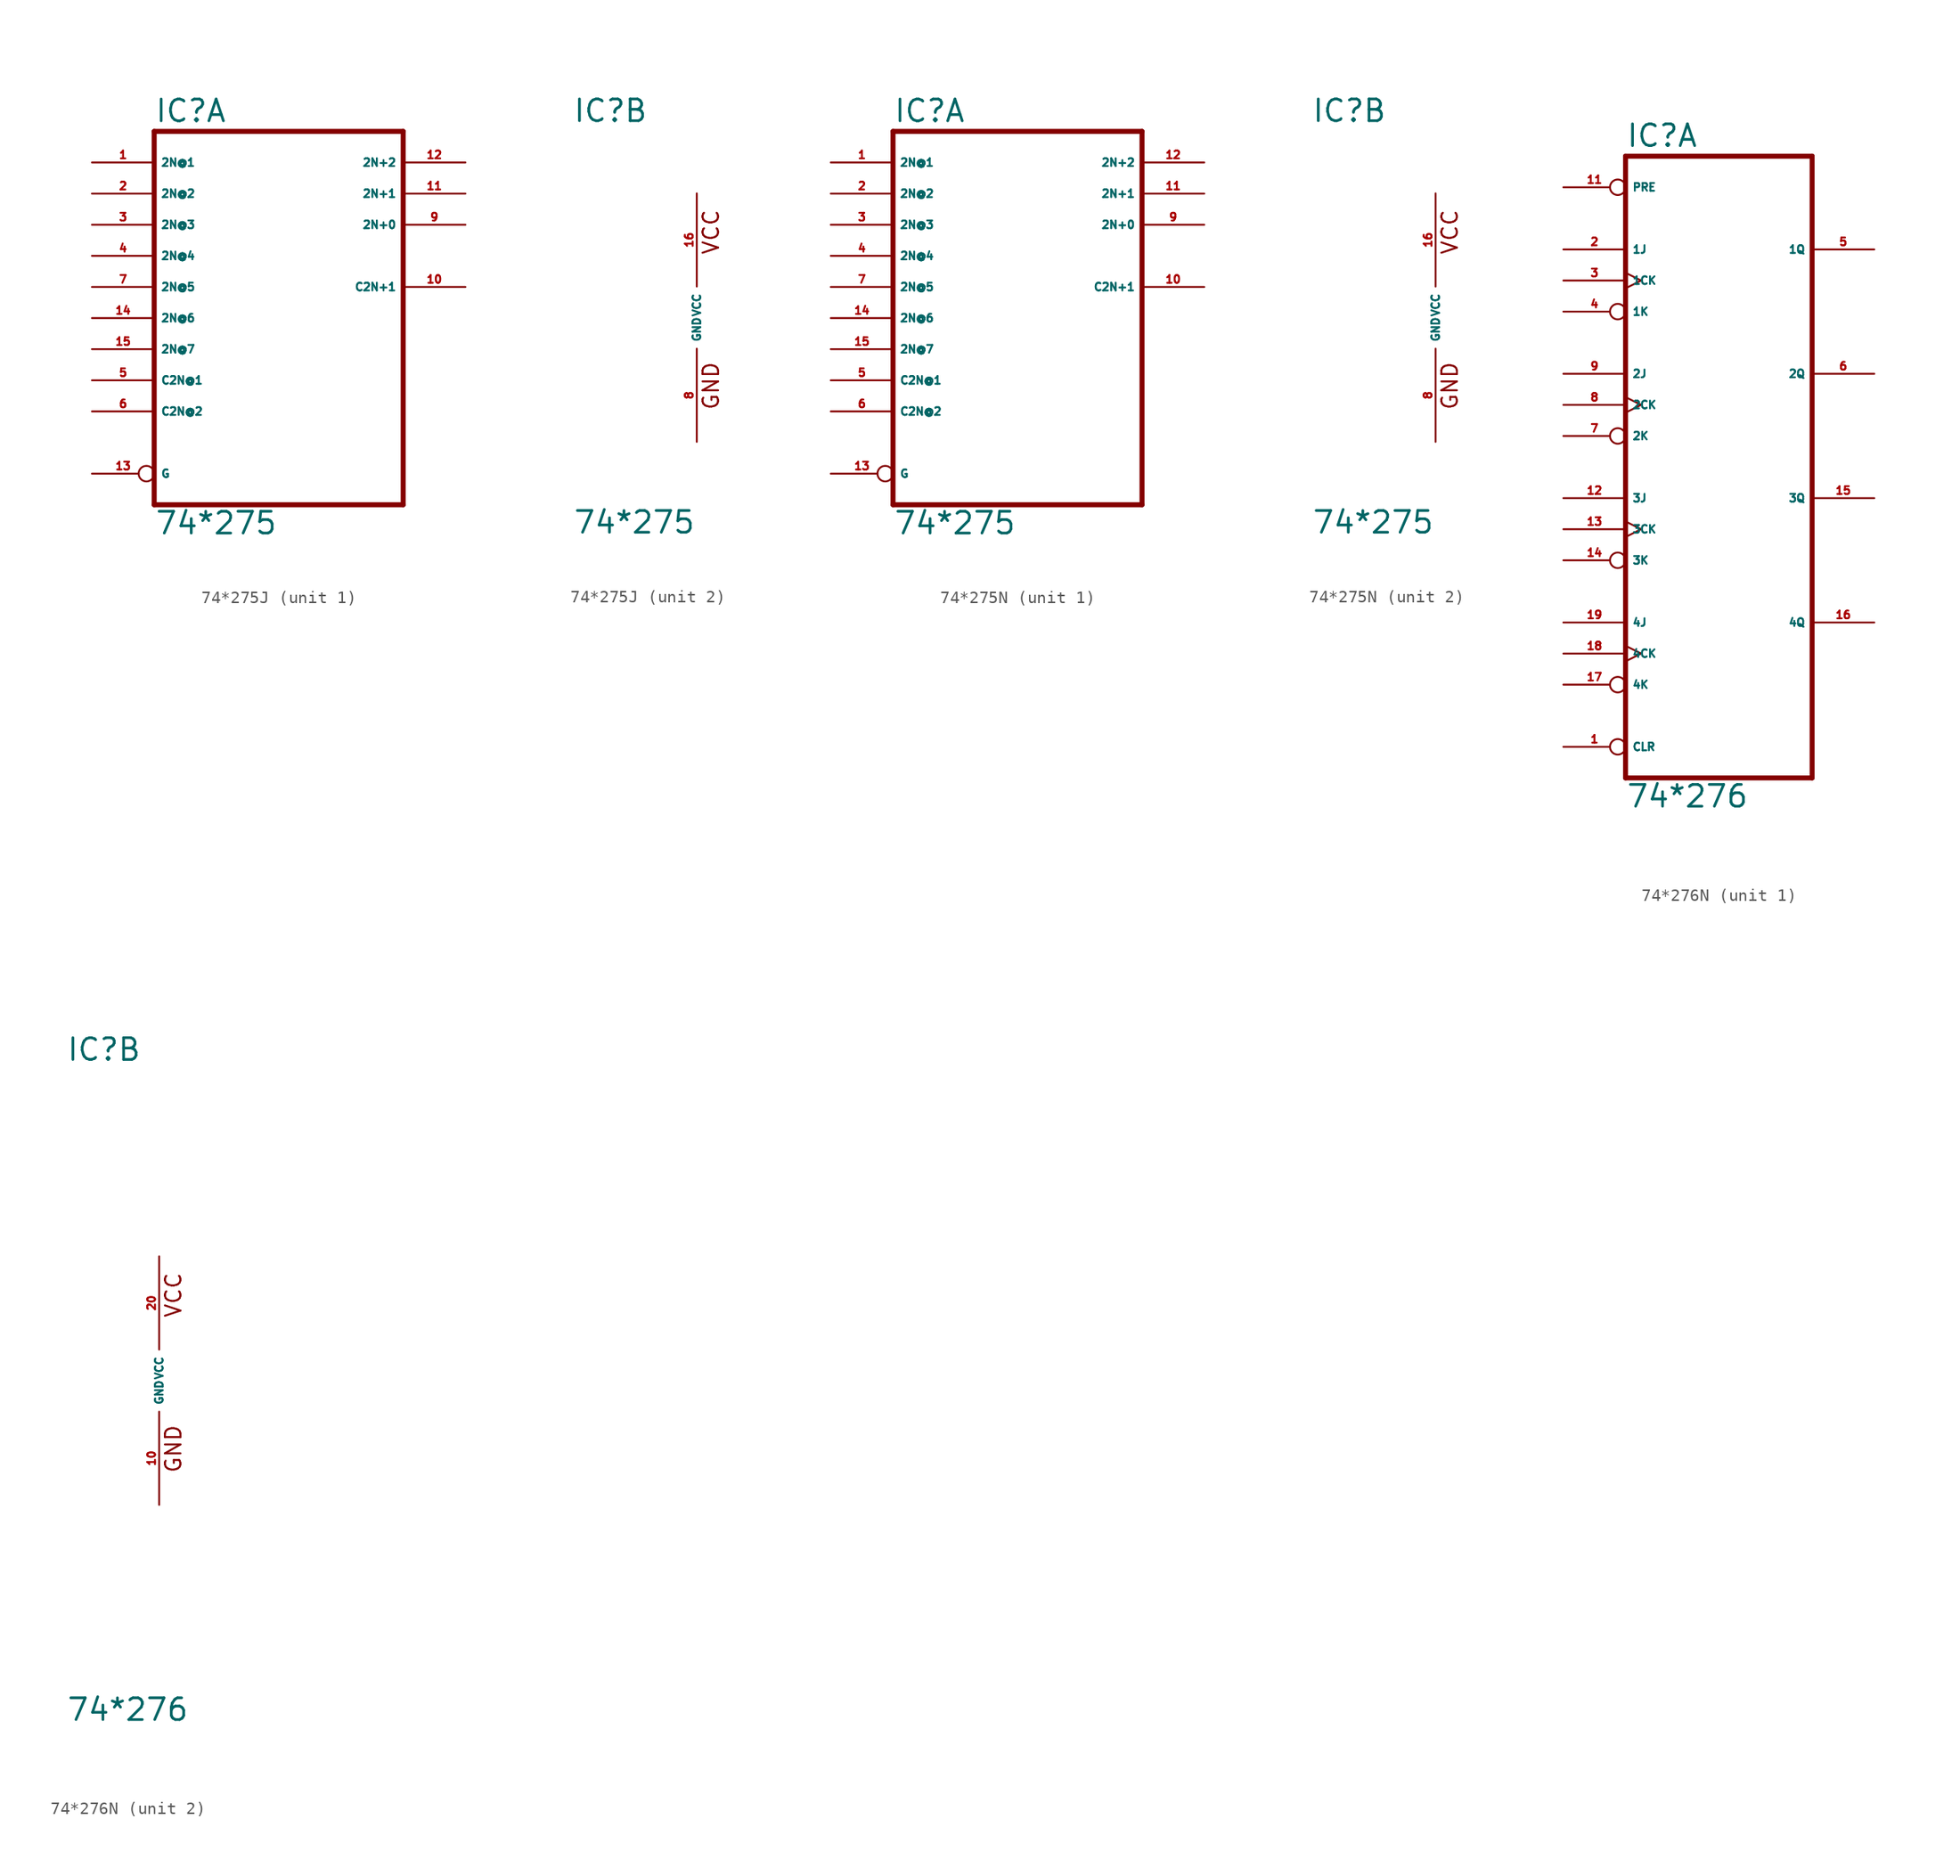
<source format=kicad_sym>
(kicad_symbol_lib
  (version 20220914)
  (generator Eagle2Kicad)
  (symbol "74*275J"
    (property "Reference" "IC"
      (at -10.16 15.875 0)
      (effects (font (size 1.778 1.778) (thickness 0.22)) (justify left bottom)))
    (property "Value" "74*275"
      (at -10.16 -17.78 0)
      (effects (font (size 1.778 1.778) (thickness 0.22)) (justify left bottom)))
    (symbol "74*275J_1_0"
      (polyline (pts (xy -10.16 -15.24) (xy 10.16 -15.24)) (stroke (width 0.406) (type default)) (fill (type none)))
      (polyline (pts (xy 10.16 -15.24) (xy 10.16 15.24)) (stroke (width 0.406) (type default)) (fill (type none)))
      (polyline (pts (xy 10.16 15.24) (xy -10.16 15.24)) (stroke (width 0.406) (type default)) (fill (type none)))
      (polyline (pts (xy -10.16 15.24) (xy -10.16 -15.24)) (stroke (width 0.406) (type default)) (fill (type none)))
      (pin input line (at -15.24 12.7 0) (length 5.08) (name "2N@1" (effects (font (size 0.635 0.635) (thickness 0.08)) (justify left bottom))) (number "1" (effects (font (size 0.635 0.635) (thickness 0.08)) (justify left bottom))))
      (pin input line (at -15.24 10.16 0) (length 5.08) (name "2N@2" (effects (font (size 0.635 0.635) (thickness 0.08)) (justify left bottom))) (number "2" (effects (font (size 0.635 0.635) (thickness 0.08)) (justify left bottom))))
      (pin input line (at -15.24 7.62 0) (length 5.08) (name "2N@3" (effects (font (size 0.635 0.635) (thickness 0.08)) (justify left bottom))) (number "3" (effects (font (size 0.635 0.635) (thickness 0.08)) (justify left bottom))))
      (pin input line (at -15.24 5.08 0) (length 5.08) (name "2N@4" (effects (font (size 0.635 0.635) (thickness 0.08)) (justify left bottom))) (number "4" (effects (font (size 0.635 0.635) (thickness 0.08)) (justify left bottom))))
      (pin input line (at -15.24 -5.08 0) (length 5.08) (name "C2N@1" (effects (font (size 0.635 0.635) (thickness 0.08)) (justify left bottom))) (number "5" (effects (font (size 0.635 0.635) (thickness 0.08)) (justify left bottom))))
      (pin input line (at -15.24 -7.62 0) (length 5.08) (name "C2N@2" (effects (font (size 0.635 0.635) (thickness 0.08)) (justify left bottom))) (number "6" (effects (font (size 0.635 0.635) (thickness 0.08)) (justify left bottom))))
      (pin input line (at -15.24 2.54 0) (length 5.08) (name "2N@5" (effects (font (size 0.635 0.635) (thickness 0.08)) (justify left bottom))) (number "7" (effects (font (size 0.635 0.635) (thickness 0.08)) (justify left bottom))))
      (pin tri_state line (at 15.24 7.62 180) (length 5.08) (name "2N+0" (effects (font (size 0.635 0.635) (thickness 0.08)) (justify left bottom))) (number "9" (effects (font (size 0.635 0.635) (thickness 0.08)) (justify left bottom))))
      (pin tri_state line (at 15.24 2.54 180) (length 5.08) (name "C2N+1" (effects (font (size 0.635 0.635) (thickness 0.08)) (justify left bottom))) (number "10" (effects (font (size 0.635 0.635) (thickness 0.08)) (justify left bottom))))
      (pin tri_state line (at 15.24 10.16 180) (length 5.08) (name "2N+1" (effects (font (size 0.635 0.635) (thickness 0.08)) (justify left bottom))) (number "11" (effects (font (size 0.635 0.635) (thickness 0.08)) (justify left bottom))))
      (pin tri_state line (at 15.24 12.7 180) (length 5.08) (name "2N+2" (effects (font (size 0.635 0.635) (thickness 0.08)) (justify left bottom))) (number "12" (effects (font (size 0.635 0.635) (thickness 0.08)) (justify left bottom))))
      (pin input inverted (at -15.24 -12.7 0) (length 5.08) (name "G" (effects (font (size 0.635 0.635) (thickness 0.08)) (justify left bottom))) (number "13" (effects (font (size 0.635 0.635) (thickness 0.08)) (justify left bottom))))
      (pin input line (at -15.24 0 0) (length 5.08) (name "2N@6" (effects (font (size 0.635 0.635) (thickness 0.08)) (justify left bottom))) (number "14" (effects (font (size 0.635 0.635) (thickness 0.08)) (justify left bottom))))
      (pin input line (at -15.24 -2.54 0) (length 5.08) (name "2N@7" (effects (font (size 0.635 0.635) (thickness 0.08)) (justify left bottom))) (number "15" (effects (font (size 0.635 0.635) (thickness 0.08)) (justify left bottom)))))
    (symbol "74*275J_2_0"
      (text "GND" (at 1.905 -7.62 900) (effects (font (size 1.27 1.27) (thickness 0.16)) (justify left bottom)))
      (text "VCC" (at 1.905 5.08 900) (effects (font (size 1.27 1.27) (thickness 0.16)) (justify left bottom)))
      (pin unspecified line (at 0 -10.16 90) (length 7.62) (name "GND" (effects (font (size 0.635 0.635) (thickness 0.08)) (justify left bottom))) (number "8" (effects (font (size 0.635 0.635) (thickness 0.08)) (justify left bottom))))
      (pin unspecified line (at 0 10.16 270) (length 7.62) (name "VCC" (effects (font (size 0.635 0.635) (thickness 0.08)) (justify left bottom))) (number "16" (effects (font (size 0.635 0.635) (thickness 0.08)) (justify left bottom))))))
  (symbol "74*275N"
    (property "Reference" "IC"
      (at -10.16 15.875 0)
      (effects (font (size 1.778 1.778) (thickness 0.22)) (justify left bottom)))
    (property "Value" "74*275"
      (at -10.16 -17.78 0)
      (effects (font (size 1.778 1.778) (thickness 0.22)) (justify left bottom)))
    (symbol "74*275N_1_0"
      (polyline (pts (xy -10.16 -15.24) (xy 10.16 -15.24)) (stroke (width 0.406) (type default)) (fill (type none)))
      (polyline (pts (xy 10.16 -15.24) (xy 10.16 15.24)) (stroke (width 0.406) (type default)) (fill (type none)))
      (polyline (pts (xy 10.16 15.24) (xy -10.16 15.24)) (stroke (width 0.406) (type default)) (fill (type none)))
      (polyline (pts (xy -10.16 15.24) (xy -10.16 -15.24)) (stroke (width 0.406) (type default)) (fill (type none)))
      (pin input line (at -15.24 12.7 0) (length 5.08) (name "2N@1" (effects (font (size 0.635 0.635) (thickness 0.08)) (justify left bottom))) (number "1" (effects (font (size 0.635 0.635) (thickness 0.08)) (justify left bottom))))
      (pin input line (at -15.24 10.16 0) (length 5.08) (name "2N@2" (effects (font (size 0.635 0.635) (thickness 0.08)) (justify left bottom))) (number "2" (effects (font (size 0.635 0.635) (thickness 0.08)) (justify left bottom))))
      (pin input line (at -15.24 7.62 0) (length 5.08) (name "2N@3" (effects (font (size 0.635 0.635) (thickness 0.08)) (justify left bottom))) (number "3" (effects (font (size 0.635 0.635) (thickness 0.08)) (justify left bottom))))
      (pin input line (at -15.24 5.08 0) (length 5.08) (name "2N@4" (effects (font (size 0.635 0.635) (thickness 0.08)) (justify left bottom))) (number "4" (effects (font (size 0.635 0.635) (thickness 0.08)) (justify left bottom))))
      (pin input line (at -15.24 -5.08 0) (length 5.08) (name "C2N@1" (effects (font (size 0.635 0.635) (thickness 0.08)) (justify left bottom))) (number "5" (effects (font (size 0.635 0.635) (thickness 0.08)) (justify left bottom))))
      (pin input line (at -15.24 -7.62 0) (length 5.08) (name "C2N@2" (effects (font (size 0.635 0.635) (thickness 0.08)) (justify left bottom))) (number "6" (effects (font (size 0.635 0.635) (thickness 0.08)) (justify left bottom))))
      (pin input line (at -15.24 2.54 0) (length 5.08) (name "2N@5" (effects (font (size 0.635 0.635) (thickness 0.08)) (justify left bottom))) (number "7" (effects (font (size 0.635 0.635) (thickness 0.08)) (justify left bottom))))
      (pin tri_state line (at 15.24 7.62 180) (length 5.08) (name "2N+0" (effects (font (size 0.635 0.635) (thickness 0.08)) (justify left bottom))) (number "9" (effects (font (size 0.635 0.635) (thickness 0.08)) (justify left bottom))))
      (pin tri_state line (at 15.24 2.54 180) (length 5.08) (name "C2N+1" (effects (font (size 0.635 0.635) (thickness 0.08)) (justify left bottom))) (number "10" (effects (font (size 0.635 0.635) (thickness 0.08)) (justify left bottom))))
      (pin tri_state line (at 15.24 10.16 180) (length 5.08) (name "2N+1" (effects (font (size 0.635 0.635) (thickness 0.08)) (justify left bottom))) (number "11" (effects (font (size 0.635 0.635) (thickness 0.08)) (justify left bottom))))
      (pin tri_state line (at 15.24 12.7 180) (length 5.08) (name "2N+2" (effects (font (size 0.635 0.635) (thickness 0.08)) (justify left bottom))) (number "12" (effects (font (size 0.635 0.635) (thickness 0.08)) (justify left bottom))))
      (pin input inverted (at -15.24 -12.7 0) (length 5.08) (name "G" (effects (font (size 0.635 0.635) (thickness 0.08)) (justify left bottom))) (number "13" (effects (font (size 0.635 0.635) (thickness 0.08)) (justify left bottom))))
      (pin input line (at -15.24 0 0) (length 5.08) (name "2N@6" (effects (font (size 0.635 0.635) (thickness 0.08)) (justify left bottom))) (number "14" (effects (font (size 0.635 0.635) (thickness 0.08)) (justify left bottom))))
      (pin input line (at -15.24 -2.54 0) (length 5.08) (name "2N@7" (effects (font (size 0.635 0.635) (thickness 0.08)) (justify left bottom))) (number "15" (effects (font (size 0.635 0.635) (thickness 0.08)) (justify left bottom)))))
    (symbol "74*275N_2_0"
      (text "GND" (at 1.905 -7.62 900) (effects (font (size 1.27 1.27) (thickness 0.16)) (justify left bottom)))
      (text "VCC" (at 1.905 5.08 900) (effects (font (size 1.27 1.27) (thickness 0.16)) (justify left bottom)))
      (pin unspecified line (at 0 -10.16 90) (length 7.62) (name "GND" (effects (font (size 0.635 0.635) (thickness 0.08)) (justify left bottom))) (number "8" (effects (font (size 0.635 0.635) (thickness 0.08)) (justify left bottom))))
      (pin unspecified line (at 0 10.16 270) (length 7.62) (name "VCC" (effects (font (size 0.635 0.635) (thickness 0.08)) (justify left bottom))) (number "16" (effects (font (size 0.635 0.635) (thickness 0.08)) (justify left bottom))))))
  (symbol "74*276N"
    (property "Reference" "IC"
      (at -7.62 26.035 0)
      (effects (font (size 1.778 1.778) (thickness 0.22)) (justify left bottom)))
    (property "Value" "74*276"
      (at -7.62 -27.94 0)
      (effects (font (size 1.778 1.778) (thickness 0.22)) (justify left bottom)))
    (symbol "74*276N_1_0"
      (polyline (pts (xy -7.62 -25.4) (xy 7.62 -25.4)) (stroke (width 0.406) (type default)) (fill (type none)))
      (polyline (pts (xy 7.62 -25.4) (xy 7.62 25.4)) (stroke (width 0.406) (type default)) (fill (type none)))
      (polyline (pts (xy 7.62 25.4) (xy -7.62 25.4)) (stroke (width 0.406) (type default)) (fill (type none)))
      (polyline (pts (xy -7.62 25.4) (xy -7.62 -25.4)) (stroke (width 0.406) (type default)) (fill (type none)))
      (pin input inverted (at -12.7 -22.86 0) (length 5.08) (name "CLR" (effects (font (size 0.635 0.635) (thickness 0.08)) (justify left bottom))) (number "1" (effects (font (size 0.635 0.635) (thickness 0.08)) (justify left bottom))))
      (pin input line (at -12.7 17.78 0) (length 5.08) (name "1J" (effects (font (size 0.635 0.635) (thickness 0.08)) (justify left bottom))) (number "2" (effects (font (size 0.635 0.635) (thickness 0.08)) (justify left bottom))))
      (pin input clock (at -12.7 15.24 0) (length 5.08) (name "1CK" (effects (font (size 0.635 0.635) (thickness 0.08)) (justify left bottom))) (number "3" (effects (font (size 0.635 0.635) (thickness 0.08)) (justify left bottom))))
      (pin input inverted (at -12.7 12.7 0) (length 5.08) (name "1K" (effects (font (size 0.635 0.635) (thickness 0.08)) (justify left bottom))) (number "4" (effects (font (size 0.635 0.635) (thickness 0.08)) (justify left bottom))))
      (pin output line (at 12.7 17.78 180) (length 5.08) (name "1Q" (effects (font (size 0.635 0.635) (thickness 0.08)) (justify left bottom))) (number "5" (effects (font (size 0.635 0.635) (thickness 0.08)) (justify left bottom))))
      (pin output line (at 12.7 7.62 180) (length 5.08) (name "2Q" (effects (font (size 0.635 0.635) (thickness 0.08)) (justify left bottom))) (number "6" (effects (font (size 0.635 0.635) (thickness 0.08)) (justify left bottom))))
      (pin input inverted (at -12.7 2.54 0) (length 5.08) (name "2K" (effects (font (size 0.635 0.635) (thickness 0.08)) (justify left bottom))) (number "7" (effects (font (size 0.635 0.635) (thickness 0.08)) (justify left bottom))))
      (pin input clock (at -12.7 5.08 0) (length 5.08) (name "2CK" (effects (font (size 0.635 0.635) (thickness 0.08)) (justify left bottom))) (number "8" (effects (font (size 0.635 0.635) (thickness 0.08)) (justify left bottom))))
      (pin input line (at -12.7 7.62 0) (length 5.08) (name "2J" (effects (font (size 0.635 0.635) (thickness 0.08)) (justify left bottom))) (number "9" (effects (font (size 0.635 0.635) (thickness 0.08)) (justify left bottom))))
      (pin input inverted (at -12.7 22.86 0) (length 5.08) (name "PRE" (effects (font (size 0.635 0.635) (thickness 0.08)) (justify left bottom))) (number "11" (effects (font (size 0.635 0.635) (thickness 0.08)) (justify left bottom))))
      (pin input line (at -12.7 -2.54 0) (length 5.08) (name "3J" (effects (font (size 0.635 0.635) (thickness 0.08)) (justify left bottom))) (number "12" (effects (font (size 0.635 0.635) (thickness 0.08)) (justify left bottom))))
      (pin input clock (at -12.7 -5.08 0) (length 5.08) (name "3CK" (effects (font (size 0.635 0.635) (thickness 0.08)) (justify left bottom))) (number "13" (effects (font (size 0.635 0.635) (thickness 0.08)) (justify left bottom))))
      (pin input inverted (at -12.7 -7.62 0) (length 5.08) (name "3K" (effects (font (size 0.635 0.635) (thickness 0.08)) (justify left bottom))) (number "14" (effects (font (size 0.635 0.635) (thickness 0.08)) (justify left bottom))))
      (pin output line (at 12.7 -2.54 180) (length 5.08) (name "3Q" (effects (font (size 0.635 0.635) (thickness 0.08)) (justify left bottom))) (number "15" (effects (font (size 0.635 0.635) (thickness 0.08)) (justify left bottom))))
      (pin output line (at 12.7 -12.7 180) (length 5.08) (name "4Q" (effects (font (size 0.635 0.635) (thickness 0.08)) (justify left bottom))) (number "16" (effects (font (size 0.635 0.635) (thickness 0.08)) (justify left bottom))))
      (pin input inverted (at -12.7 -17.78 0) (length 5.08) (name "4K" (effects (font (size 0.635 0.635) (thickness 0.08)) (justify left bottom))) (number "17" (effects (font (size 0.635 0.635) (thickness 0.08)) (justify left bottom))))
      (pin input clock (at -12.7 -15.24 0) (length 5.08) (name "4CK" (effects (font (size 0.635 0.635) (thickness 0.08)) (justify left bottom))) (number "18" (effects (font (size 0.635 0.635) (thickness 0.08)) (justify left bottom))))
      (pin input line (at -12.7 -12.7 0) (length 5.08) (name "4J" (effects (font (size 0.635 0.635) (thickness 0.08)) (justify left bottom))) (number "19" (effects (font (size 0.635 0.635) (thickness 0.08)) (justify left bottom)))))
    (symbol "74*276N_2_0"
      (text "GND" (at 1.905 -7.62 900) (effects (font (size 1.27 1.27) (thickness 0.16)) (justify left bottom)))
      (text "VCC" (at 1.905 5.08 900) (effects (font (size 1.27 1.27) (thickness 0.16)) (justify left bottom)))
      (pin unspecified line (at 0 -10.16 90) (length 7.62) (name "GND" (effects (font (size 0.635 0.635) (thickness 0.08)) (justify left bottom))) (number "10" (effects (font (size 0.635 0.635) (thickness 0.08)) (justify left bottom))))
      (pin unspecified line (at 0 10.16 270) (length 7.62) (name "VCC" (effects (font (size 0.635 0.635) (thickness 0.08)) (justify left bottom))) (number "20" (effects (font (size 0.635 0.635) (thickness 0.08)) (justify left bottom)))))))
</source>
